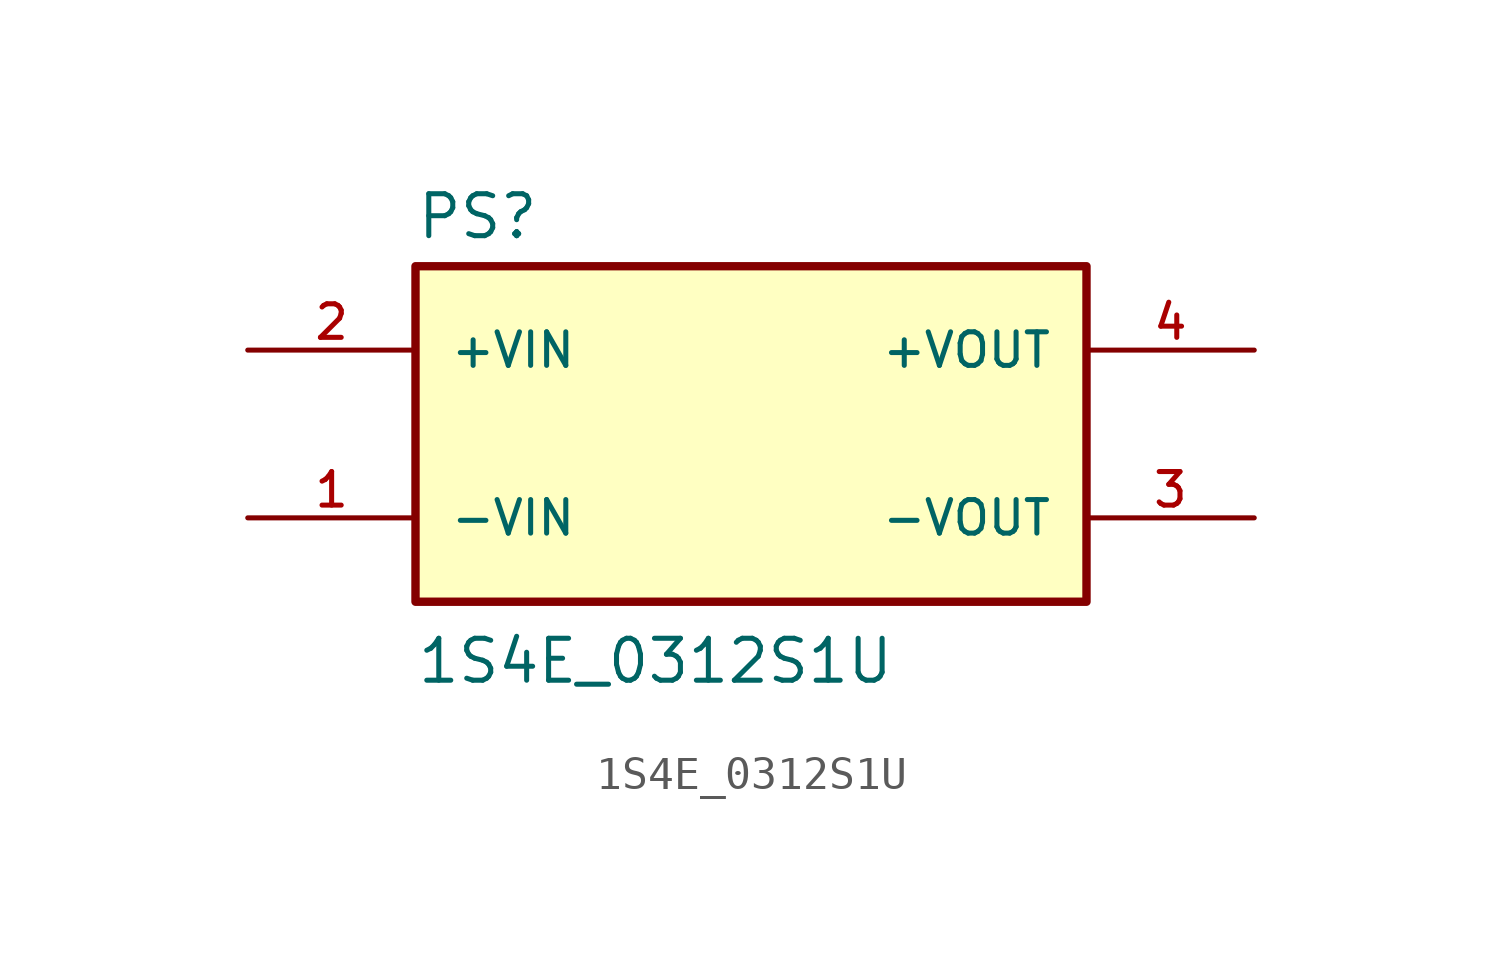
<source format=kicad_sym>
(kicad_symbol_lib
  (version 20231120)
  (generator "kicad_symbol_editor")
  (generator_version "8.0")
  (symbol "1S4E_0312S1U"
    (pin_names
      (offset 1.016))
    (property "Reference" "PS"
      (at -10.16 5.842 0)
      (effects (font (size 1.27 1.27)) (justify left bottom)))
    (property "Value" "1S4E_0312S1U"
      (at -10.16 -7.62 0)
      (effects (font (size 1.27 1.27)) (justify left bottom)))
    (symbol "1S4E_0312S1U_0_0"
      (rectangle (start -10.16 -5.08) (end 10.16 5.08) (stroke (width 0.254) (type default)) (fill (type background)))
      (pin input line (at -15.24 -2.54 0) (length 5.08) (name "-VIN" (effects (font (size 1.016 1.016)))) (number "1" (effects (font (size 1.016 1.016)))))
      (pin input line (at -15.24 2.54 0) (length 5.08) (name "+VIN" (effects (font (size 1.016 1.016)))) (number "2" (effects (font (size 1.016 1.016)))))
      (pin output line (at 15.24 -2.54 180) (length 5.08) (name "-VOUT" (effects (font (size 1.016 1.016)))) (number "3" (effects (font (size 1.016 1.016)))))
      (pin output line (at 15.24 2.54 180) (length 5.08) (name "+VOUT" (effects (font (size 1.016 1.016)))) (number "4" (effects (font (size 1.016 1.016))))))))
</source>
